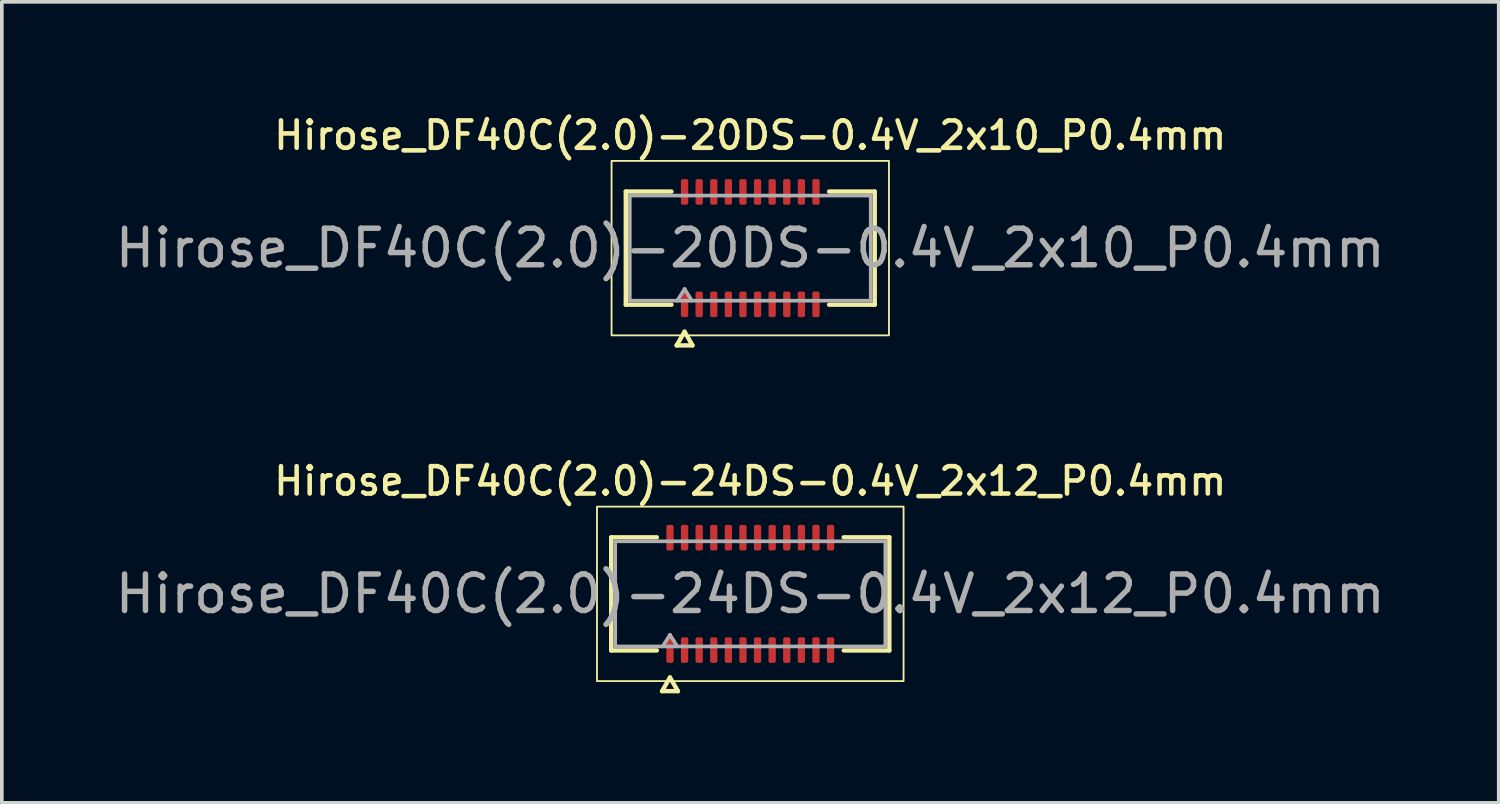
<source format=kicad_pcb>
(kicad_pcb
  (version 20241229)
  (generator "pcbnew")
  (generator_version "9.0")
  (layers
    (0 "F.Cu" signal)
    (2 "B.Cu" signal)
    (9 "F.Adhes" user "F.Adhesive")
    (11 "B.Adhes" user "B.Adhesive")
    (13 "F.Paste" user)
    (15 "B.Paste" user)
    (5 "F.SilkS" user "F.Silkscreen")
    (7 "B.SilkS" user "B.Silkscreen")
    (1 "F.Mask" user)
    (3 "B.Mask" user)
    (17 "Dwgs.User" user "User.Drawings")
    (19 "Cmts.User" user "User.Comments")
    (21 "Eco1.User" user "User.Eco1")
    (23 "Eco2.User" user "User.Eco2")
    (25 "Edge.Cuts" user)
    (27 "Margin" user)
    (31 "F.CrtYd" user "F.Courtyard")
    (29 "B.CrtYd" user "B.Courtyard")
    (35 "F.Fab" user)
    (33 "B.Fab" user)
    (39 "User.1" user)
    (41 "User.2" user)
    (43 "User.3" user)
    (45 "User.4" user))
  (footprint "Hirose_DF40C(2.0)-24DS-0.4V_2x12_P0.4mm"
    (layer "F.Cu")
    (at 17.506 13.221)
    (property "Reference" "Hirose_DF40C(2.0)-24DS-0.4V_2x12_P0.4mm" (at 0 -3.09 0) (layer "F.SilkS") (effects (font (size 0.75 0.75) (thickness 0.125))))
    (attr smd)
    (fp_line (start -3.81 -1.55) (end -2.56 -1.55) (stroke (width 0.12) (type solid)) (layer "F.SilkS"))
    (fp_line (start -3.81 1.55) (end -3.81 -1.55) (stroke (width 0.12) (type solid)) (layer "F.SilkS"))
    (fp_line (start -2.56 1.55) (end -3.81 1.55) (stroke (width 0.12) (type solid)) (layer "F.SilkS"))
    (fp_line (start -2.417 2.665) (end -2.2 2.29) (stroke (width 0.12) (type solid)) (layer "F.SilkS"))
    (fp_line (start -2.2 2.29) (end -1.983 2.665) (stroke (width 0.12) (type solid)) (layer "F.SilkS"))
    (fp_line (start -1.983 2.665) (end -2.417 2.665) (stroke (width 0.12) (type solid)) (layer "F.SilkS"))
    (fp_line (start 2.56 -1.55) (end 3.81 -1.55) (stroke (width 0.12) (type solid)) (layer "F.SilkS"))
    (fp_line (start 3.81 -1.55) (end 3.81 1.55) (stroke (width 0.12) (type solid)) (layer "F.SilkS"))
    (fp_line (start 3.81 1.55) (end 2.56 1.55) (stroke (width 0.12) (type solid)) (layer "F.SilkS"))
    (fp_rect (start -4.2 -2.39) (end 4.2 2.39) (stroke (width 0.05) (type solid)) (fill no) (layer "F.SilkS"))
    (fp_line (start -3.7 -1.44) (end 3.7 -1.44) (stroke (width 0.1) (type solid)) (layer "F.Fab"))
    (fp_line (start -3.7 1.44) (end -3.7 -1.44) (stroke (width 0.1) (type solid)) (layer "F.Fab"))
    (fp_line (start -2.4 1.44) (end -2.2 1.12) (stroke (width 0.1) (type solid)) (layer "F.Fab"))
    (fp_line (start -2.2 1.12) (end -2 1.44) (stroke (width 0.1) (type solid)) (layer "F.Fab"))
    (fp_line (start 3.7 -1.44) (end 3.7 1.44) (stroke (width 0.1) (type solid)) (layer "F.Fab"))
    (fp_line (start 3.7 1.44) (end -3.7 1.44) (stroke (width 0.1) (type solid)) (layer "F.Fab"))
    (fp_text user "${REFERENCE}" (at 0 0 0) (layer "F.Fab") (effects (font (size 1 1) (thickness 0.15))))
    (pad "1" smd roundrect (at -2.2 1.54) (size 0.2 0.7) (layers "F.Cu" "F.Mask" "F.Paste") (roundrect_rratio 0.25))
    (pad "2" smd roundrect (at -2.2 -1.54) (size 0.2 0.7) (layers "F.Cu" "F.Mask" "F.Paste") (roundrect_rratio 0.25))
    (pad "3" smd roundrect (at -1.8 1.54) (size 0.2 0.7) (layers "F.Cu" "F.Mask" "F.Paste") (roundrect_rratio 0.25))
    (pad "4" smd roundrect (at -1.8 -1.54) (size 0.2 0.7) (layers "F.Cu" "F.Mask" "F.Paste") (roundrect_rratio 0.25))
    (pad "5" smd roundrect (at -1.4 1.54) (size 0.2 0.7) (layers "F.Cu" "F.Mask" "F.Paste") (roundrect_rratio 0.25))
    (pad "6" smd roundrect (at -1.4 -1.54) (size 0.2 0.7) (layers "F.Cu" "F.Mask" "F.Paste") (roundrect_rratio 0.25))
    (pad "7" smd roundrect (at -1 1.54) (size 0.2 0.7) (layers "F.Cu" "F.Mask" "F.Paste") (roundrect_rratio 0.25))
    (pad "8" smd roundrect (at -1 -1.54) (size 0.2 0.7) (layers "F.Cu" "F.Mask" "F.Paste") (roundrect_rratio 0.25))
    (pad "9" smd roundrect (at -0.6 1.54) (size 0.2 0.7) (layers "F.Cu" "F.Mask" "F.Paste") (roundrect_rratio 0.25))
    (pad "10" smd roundrect (at -0.6 -1.54) (size 0.2 0.7) (layers "F.Cu" "F.Mask" "F.Paste") (roundrect_rratio 0.25))
    (pad "11" smd roundrect (at -0.2 1.54) (size 0.2 0.7) (layers "F.Cu" "F.Mask" "F.Paste") (roundrect_rratio 0.25))
    (pad "12" smd roundrect (at -0.2 -1.54) (size 0.2 0.7) (layers "F.Cu" "F.Mask" "F.Paste") (roundrect_rratio 0.25))
    (pad "13" smd roundrect (at 0.2 1.54) (size 0.2 0.7) (layers "F.Cu" "F.Mask" "F.Paste") (roundrect_rratio 0.25))
    (pad "14" smd roundrect (at 0.2 -1.54) (size 0.2 0.7) (layers "F.Cu" "F.Mask" "F.Paste") (roundrect_rratio 0.25))
    (pad "15" smd roundrect (at 0.6 1.54) (size 0.2 0.7) (layers "F.Cu" "F.Mask" "F.Paste") (roundrect_rratio 0.25))
    (pad "16" smd roundrect (at 0.6 -1.54) (size 0.2 0.7) (layers "F.Cu" "F.Mask" "F.Paste") (roundrect_rratio 0.25))
    (pad "17" smd roundrect (at 1 1.54) (size 0.2 0.7) (layers "F.Cu" "F.Mask" "F.Paste") (roundrect_rratio 0.25))
    (pad "18" smd roundrect (at 1 -1.54) (size 0.2 0.7) (layers "F.Cu" "F.Mask" "F.Paste") (roundrect_rratio 0.25))
    (pad "19" smd roundrect (at 1.4 1.54) (size 0.2 0.7) (layers "F.Cu" "F.Mask" "F.Paste") (roundrect_rratio 0.25))
    (pad "20" smd roundrect (at 1.4 -1.54) (size 0.2 0.7) (layers "F.Cu" "F.Mask" "F.Paste") (roundrect_rratio 0.25))
    (pad "21" smd roundrect (at 1.8 1.54) (size 0.2 0.7) (layers "F.Cu" "F.Mask" "F.Paste") (roundrect_rratio 0.25))
    (pad "22" smd roundrect (at 1.8 -1.54) (size 0.2 0.7) (layers "F.Cu" "F.Mask" "F.Paste") (roundrect_rratio 0.25))
    (pad "23" smd roundrect (at 2.2 1.54) (size 0.2 0.7) (layers "F.Cu" "F.Mask" "F.Paste") (roundrect_rratio 0.25))
    (pad "24" smd roundrect (at 2.2 -1.54) (size 0.2 0.7) (layers "F.Cu" "F.Mask" "F.Paste") (roundrect_rratio 0.25)))
  (footprint "Hirose_DF40C(2.0)-20DS-0.4V_2x10_P0.4mm"
    (layer "F.Cu")
    (at 17.506 3.748)
    (property "Reference" "Hirose_DF40C(2.0)-20DS-0.4V_2x10_P0.4mm" (at 0 -3.09 0) (layer "F.SilkS") (effects (font (size 0.75 0.75) (thickness 0.125))))
    (attr smd)
    (fp_line (start -3.41 -1.55) (end -2.16 -1.55) (stroke (width 0.12) (type solid)) (layer "F.SilkS"))
    (fp_line (start -3.41 1.55) (end -3.41 -1.55) (stroke (width 0.12) (type solid)) (layer "F.SilkS"))
    (fp_line (start -2.16 1.55) (end -3.41 1.55) (stroke (width 0.12) (type solid)) (layer "F.SilkS"))
    (fp_line (start -2.017 2.665) (end -1.8 2.29) (stroke (width 0.12) (type solid)) (layer "F.SilkS"))
    (fp_line (start -1.8 2.29) (end -1.583 2.665) (stroke (width 0.12) (type solid)) (layer "F.SilkS"))
    (fp_line (start -1.583 2.665) (end -2.017 2.665) (stroke (width 0.12) (type solid)) (layer "F.SilkS"))
    (fp_line (start 2.16 -1.55) (end 3.41 -1.55) (stroke (width 0.12) (type solid)) (layer "F.SilkS"))
    (fp_line (start 3.41 -1.55) (end 3.41 1.55) (stroke (width 0.12) (type solid)) (layer "F.SilkS"))
    (fp_line (start 3.41 1.55) (end 2.16 1.55) (stroke (width 0.12) (type solid)) (layer "F.SilkS"))
    (fp_rect (start -3.8 -2.39) (end 3.8 2.39) (stroke (width 0.05) (type solid)) (fill no) (layer "F.SilkS"))
    (fp_line (start -3.3 -1.44) (end 3.3 -1.44) (stroke (width 0.1) (type solid)) (layer "F.Fab"))
    (fp_line (start -3.3 1.44) (end -3.3 -1.44) (stroke (width 0.1) (type solid)) (layer "F.Fab"))
    (fp_line (start -2 1.44) (end -1.8 1.12) (stroke (width 0.1) (type solid)) (layer "F.Fab"))
    (fp_line (start -1.8 1.12) (end -1.6 1.44) (stroke (width 0.1) (type solid)) (layer "F.Fab"))
    (fp_line (start 3.3 -1.44) (end 3.3 1.44) (stroke (width 0.1) (type solid)) (layer "F.Fab"))
    (fp_line (start 3.3 1.44) (end -3.3 1.44) (stroke (width 0.1) (type solid)) (layer "F.Fab"))
    (fp_text user "${REFERENCE}" (at 0 0 0) (layer "F.Fab") (effects (font (size 1 1) (thickness 0.15))))
    (pad "1" smd roundrect (at -1.8 1.54) (size 0.2 0.7) (layers "F.Cu" "F.Mask" "F.Paste") (roundrect_rratio 0.25))
    (pad "2" smd roundrect (at -1.8 -1.54) (size 0.2 0.7) (layers "F.Cu" "F.Mask" "F.Paste") (roundrect_rratio 0.25))
    (pad "3" smd roundrect (at -1.4 1.54) (size 0.2 0.7) (layers "F.Cu" "F.Mask" "F.Paste") (roundrect_rratio 0.25))
    (pad "4" smd roundrect (at -1.4 -1.54) (size 0.2 0.7) (layers "F.Cu" "F.Mask" "F.Paste") (roundrect_rratio 0.25))
    (pad "5" smd roundrect (at -1 1.54) (size 0.2 0.7) (layers "F.Cu" "F.Mask" "F.Paste") (roundrect_rratio 0.25))
    (pad "6" smd roundrect (at -1 -1.54) (size 0.2 0.7) (layers "F.Cu" "F.Mask" "F.Paste") (roundrect_rratio 0.25))
    (pad "7" smd roundrect (at -0.6 1.54) (size 0.2 0.7) (layers "F.Cu" "F.Mask" "F.Paste") (roundrect_rratio 0.25))
    (pad "8" smd roundrect (at -0.6 -1.54) (size 0.2 0.7) (layers "F.Cu" "F.Mask" "F.Paste") (roundrect_rratio 0.25))
    (pad "9" smd roundrect (at -0.2 1.54) (size 0.2 0.7) (layers "F.Cu" "F.Mask" "F.Paste") (roundrect_rratio 0.25))
    (pad "10" smd roundrect (at -0.2 -1.54) (size 0.2 0.7) (layers "F.Cu" "F.Mask" "F.Paste") (roundrect_rratio 0.25))
    (pad "11" smd roundrect (at 0.2 1.54) (size 0.2 0.7) (layers "F.Cu" "F.Mask" "F.Paste") (roundrect_rratio 0.25))
    (pad "12" smd roundrect (at 0.2 -1.54) (size 0.2 0.7) (layers "F.Cu" "F.Mask" "F.Paste") (roundrect_rratio 0.25))
    (pad "13" smd roundrect (at 0.6 1.54) (size 0.2 0.7) (layers "F.Cu" "F.Mask" "F.Paste") (roundrect_rratio 0.25))
    (pad "14" smd roundrect (at 0.6 -1.54) (size 0.2 0.7) (layers "F.Cu" "F.Mask" "F.Paste") (roundrect_rratio 0.25))
    (pad "15" smd roundrect (at 1 1.54) (size 0.2 0.7) (layers "F.Cu" "F.Mask" "F.Paste") (roundrect_rratio 0.25))
    (pad "16" smd roundrect (at 1 -1.54) (size 0.2 0.7) (layers "F.Cu" "F.Mask" "F.Paste") (roundrect_rratio 0.25))
    (pad "17" smd roundrect (at 1.4 1.54) (size 0.2 0.7) (layers "F.Cu" "F.Mask" "F.Paste") (roundrect_rratio 0.25))
    (pad "18" smd roundrect (at 1.4 -1.54) (size 0.2 0.7) (layers "F.Cu" "F.Mask" "F.Paste") (roundrect_rratio 0.25))
    (pad "19" smd roundrect (at 1.8 1.54) (size 0.2 0.7) (layers "F.Cu" "F.Mask" "F.Paste") (roundrect_rratio 0.25))
    (pad "20" smd roundrect (at 1.8 -1.54) (size 0.2 0.7) (layers "F.Cu" "F.Mask" "F.Paste") (roundrect_rratio 0.25)))
  (gr_rect
    (start -3 -3)
    (end 38.012 18.946)
    (stroke (width 0.1) (type default))
    (fill no)
    (layer "Edge.Cuts")))
</source>
